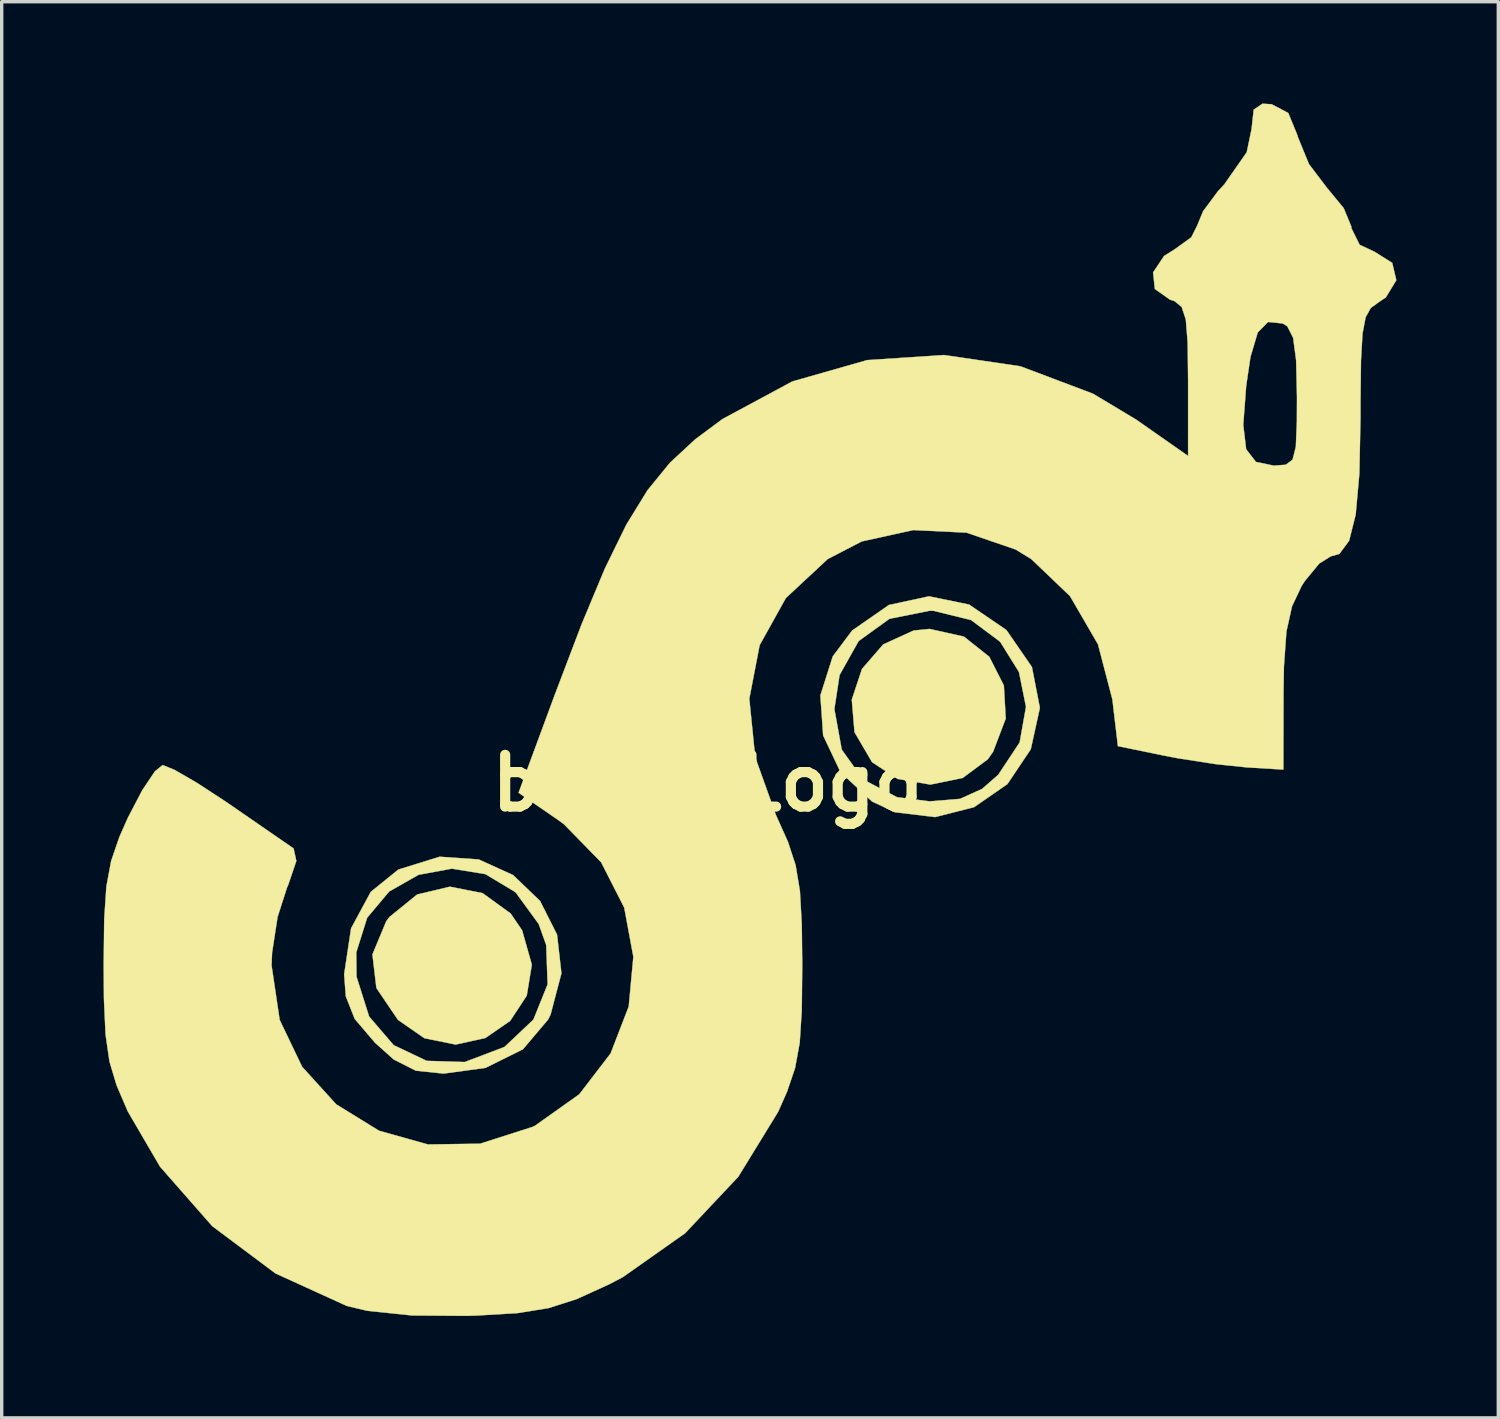
<source format=kicad_pcb>
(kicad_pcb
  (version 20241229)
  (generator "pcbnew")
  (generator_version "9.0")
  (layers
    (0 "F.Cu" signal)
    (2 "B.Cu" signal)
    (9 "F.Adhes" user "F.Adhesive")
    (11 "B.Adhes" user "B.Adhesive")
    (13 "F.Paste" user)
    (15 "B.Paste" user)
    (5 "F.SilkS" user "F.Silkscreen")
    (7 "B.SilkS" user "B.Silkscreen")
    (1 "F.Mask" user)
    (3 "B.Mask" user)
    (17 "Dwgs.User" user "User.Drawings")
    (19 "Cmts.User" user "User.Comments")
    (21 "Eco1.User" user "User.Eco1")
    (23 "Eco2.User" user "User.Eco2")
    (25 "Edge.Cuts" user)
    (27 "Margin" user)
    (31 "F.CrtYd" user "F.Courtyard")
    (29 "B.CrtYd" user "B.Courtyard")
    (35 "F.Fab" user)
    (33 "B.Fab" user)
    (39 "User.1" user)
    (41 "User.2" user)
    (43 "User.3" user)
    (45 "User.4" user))
  (footprint "bsidesLogo"
    (layer "F.Cu")
    (at 17.785 20.026)
    (property "Reference" "bsidesLogo" (at 0 0 0) (layer "F.SilkS") (effects (font (size 1.524 1.524) (thickness 0.3))))
    (attr through_hole)
    (fp_poly (pts (xy -6.615 3.24) (xy -5.792 3.836) (xy -5.451 4.335) (xy -5.165 5.347) (xy -5.315 6.261) (xy -5.804 7.004) (xy -6.535 7.508) (xy -7.41 7.701) (xy -8.331 7.514) (xy -9.111 6.972) (xy -9.745 6.035) (xy -9.862 5.046) (xy -9.456 4.07) (xy -9.362 3.943) (xy -8.544 3.279) (xy -7.58 3.05) (xy -6.615 3.24)) (stroke (width 0.01) (type solid)) (fill yes) (layer "F.SilkS"))
    (fp_poly (pts (xy 7.565 -4.32) (xy 8.314 -3.724) (xy 8.743 -2.879) (xy 8.798 -1.905) (xy 8.425 -0.924) (xy 8.269 -0.704) (xy 7.528 -0.154) (xy 6.577 0.041) (xy 5.611 -0.126) (xy 4.859 -0.619) (xy 4.342 -1.503) (xy 4.262 -2.462) (xy 4.563 -3.368) (xy 5.188 -4.089) (xy 6.083 -4.498) (xy 6.551 -4.545) (xy 7.565 -4.32)) (stroke (width 0.01) (type solid)) (fill yes) (layer "F.SilkS"))
    (fp_poly (pts (xy 7.717 -5.264) (xy 8.802 -4.525) (xy 8.826 -4.501) (xy 9.57 -3.423) (xy 9.804 -2.219) (xy 9.536 -1) (xy 8.848 0.026) (xy 7.864 0.707) (xy 6.716 0.998) (xy 5.535 0.856) (xy 4.863 0.543) (xy 3.932 -0.321) (xy 3.418 -1.406) (xy 3.364 -2.185) (xy 3.749 -2.185) (xy 3.966 -0.989) (xy 4.597 -0.108) (xy 5.593 0.412) (xy 6.551 0.535) (xy 7.452 0.461) (xy 8.101 0.168) (xy 8.576 -0.247) (xy 9.208 -1.201) (xy 9.395 -2.25) (xy 9.187 -3.277) (xy 8.632 -4.168) (xy 7.778 -4.806) (xy 6.674 -5.078) (xy 6.551 -5.08) (xy 5.372 -4.844) (xy 4.464 -4.188) (xy 3.902 -3.186) (xy 3.749 -2.185) (xy 3.364 -2.185) (xy 3.336 -2.586) (xy 3.701 -3.736) (xy 4.272 -4.498) (xy 5.355 -5.251) (xy 6.536 -5.506) (xy 7.717 -5.264)) (stroke (width 0.01) (type solid)) (fill yes) (layer "F.SilkS"))
    (fp_poly (pts (xy -6.73 2.247) (xy -5.717 2.707) (xy -4.922 3.471) (xy -4.422 4.462) (xy -4.293 5.602) (xy -4.612 6.815) (xy -4.683 6.96) (xy -5.427 7.84) (xy -6.531 8.388) (xy -7.767 8.556) (xy -8.582 8.471) (xy -9.234 8.141) (xy -9.786 7.647) (xy -10.384 6.945) (xy -10.647 6.278) (xy -10.695 5.628) (xy -10.598 4.985) (xy -10.338 4.985) (xy -10.33 5.702) (xy -9.959 6.876) (xy -9.236 7.718) (xy -8.263 8.181) (xy -7.144 8.216) (xy -5.98 7.775) (xy -5.964 7.765) (xy -5.119 6.966) (xy -4.7 5.926) (xy -4.742 4.768) (xy -4.962 4.15) (xy -5.645 3.213) (xy -6.533 2.679) (xy -7.521 2.518) (xy -8.502 2.699) (xy -9.369 3.191) (xy -10.016 3.963) (xy -10.338 4.985) (xy -10.598 4.985) (xy -10.491 4.277) (xy -9.911 3.202) (xy -9.099 2.545) (xy -7.883 2.167) (xy -6.73 2.247)) (stroke (width 0.01) (type solid)) (fill yes) (layer "F.SilkS"))
    (fp_poly (pts (xy 16.634 -20.004) (xy 17.123 -19.746) (xy 17.396 -19.081) (xy 17.403 -19.044) (xy 17.732 -18.241) (xy 18.274 -17.527) (xy 18.282 -17.519) (xy 18.757 -16.941) (xy 18.981 -16.398) (xy 18.983 -16.351) (xy 19.225 -15.864) (xy 19.652 -15.665) (xy 20.185 -15.331) (xy 20.306 -14.82) (xy 19.998 -14.314) (xy 19.785 -14.171) (xy 19.554 -14.003) (xy 19.401 -13.727) (xy 19.31 -13.245) (xy 19.265 -12.458) (xy 19.251 -11.265) (xy 19.251 -10.801) (xy 19.217 -9.118) (xy 19.109 -7.916) (xy 18.916 -7.145) (xy 18.628 -6.755) (xy 18.372 -6.683) (xy 18.034 -6.472) (xy 17.609 -5.955) (xy 17.518 -5.814) (xy 17.234 -5.214) (xy 17.068 -4.469) (xy 16.994 -3.427) (xy 16.983 -2.674) (xy 16.978 -0.401) (xy 15.908 -0.465) (xy 14.98 -0.562) (xy 13.891 -0.731) (xy 13.471 -0.811) (xy 12.103 -1.092) (xy 11.94 -2.47) (xy 11.516 -4.092) (xy 10.693 -5.51) (xy 9.551 -6.603) (xy 9.091 -6.885) (xy 7.642 -7.382) (xy 6.072 -7.458) (xy 4.554 -7.123) (xy 3.551 -6.603) (xy 2.32 -5.456) (xy 1.547 -4.067) (xy 1.242 -2.487) (xy 1.416 -0.767) (xy 2.026 0.936) (xy 2.381 1.726) (xy 2.608 2.42) (xy 2.734 3.179) (xy 2.789 4.168) (xy 2.802 5.347) (xy 2.789 6.682) (xy 2.728 7.645) (xy 2.591 8.395) (xy 2.352 9.096) (xy 2.091 9.684) (xy 0.919 11.594) (xy -0.648 13.259) (xy -2.488 14.556) (xy -2.886 14.764) (xy -3.838 15.198) (xy -4.668 15.465) (xy -5.583 15.613) (xy -6.788 15.685) (xy -7.058 15.694) (xy -8.693 15.683) (xy -10.01 15.546) (xy -10.618 15.402) (xy -12.717 14.445) (xy -14.58 13.052) (xy -16.119 11.3) (xy -17.069 9.672) (xy -17.399 8.905) (xy -17.609 8.203) (xy -17.725 7.404) (xy -17.773 6.348) (xy -17.78 5.347) (xy -17.765 4.011) (xy -17.701 3.047) (xy -17.561 2.293) (xy -17.319 1.587) (xy -17.06 1.003) (xy -16.643 0.206) (xy -16.27 -0.35) (xy -16.042 -0.535) (xy -15.691 -0.392) (xy -15.038 -0.014) (xy -14.216 0.522) (xy -14.099 0.602) (xy -13.264 1.178) (xy -12.589 1.644) (xy -12.205 1.909) (xy -12.185 1.923) (xy -12.104 2.29) (xy -12.346 3.005) (xy -12.376 3.068) (xy -12.656 3.939) (xy -12.818 4.988) (xy -12.834 5.367) (xy -12.595 6.975) (xy -11.933 8.356) (xy -10.93 9.461) (xy -9.667 10.24) (xy -8.226 10.644) (xy -6.69 10.622) (xy -5.138 10.125) (xy -5.073 10.093) (xy -3.767 9.166) (xy -2.844 7.962) (xy -2.31 6.579) (xy -2.174 5.115) (xy -2.443 3.666) (xy -3.123 2.331) (xy -4.222 1.206) (xy -4.409 1.071) (xy -5.556 0.282) (xy -4.491 -2.6) (xy -3.7 -4.679) (xy -3.013 -6.325) (xy -2.382 -7.615) (xy -1.759 -8.628) (xy -1.097 -9.441) (xy -0.348 -10.135) (xy 0.45 -10.728) (xy 2.51 -11.837) (xy 4.715 -12.466) (xy 6.982 -12.615) (xy 9.229 -12.284) (xy 11.374 -11.474) (xy 12.642 -10.712) (xy 14.171 -9.642) (xy 14.171 -10.558) (xy 15.796 -10.558) (xy 15.882 -9.838) (xy 16.171 -9.466) (xy 16.69 -9.358) (xy 16.702 -9.358) (xy 17.046 -9.382) (xy 17.248 -9.528) (xy 17.345 -9.91) (xy 17.376 -10.64) (xy 17.379 -11.372) (xy 17.354 -12.462) (xy 17.266 -13.123) (xy 17.095 -13.461) (xy 16.96 -13.546) (xy 16.527 -13.589) (xy 16.223 -13.281) (xy 16.008 -12.556) (xy 15.883 -11.71) (xy 15.796 -10.558) (xy 14.171 -10.558) (xy 14.171 -11.875) (xy 14.158 -12.978) (xy 14.104 -13.659) (xy 13.983 -14.031) (xy 13.771 -14.204) (xy 13.636 -14.248) (xy 13.192 -14.561) (xy 13.139 -15.048) (xy 13.462 -15.533) (xy 13.769 -15.726) (xy 14.264 -16.082) (xy 14.438 -16.428) (xy 14.614 -16.855) (xy 15.053 -17.444) (xy 15.24 -17.646) (xy 15.899 -18.59) (xy 16.042 -19.278) (xy 16.104 -19.844) (xy 16.364 -20.021) (xy 16.634 -20.004)) (stroke (width 0.01) (type solid)) (fill yes) (layer "F.SilkS")))
  (gr_rect
    (start -3 -3)
    (end 41.096 38.726)
    (stroke (width 0.1) (type default))
    (fill no)
    (layer "Edge.Cuts")))
</source>
